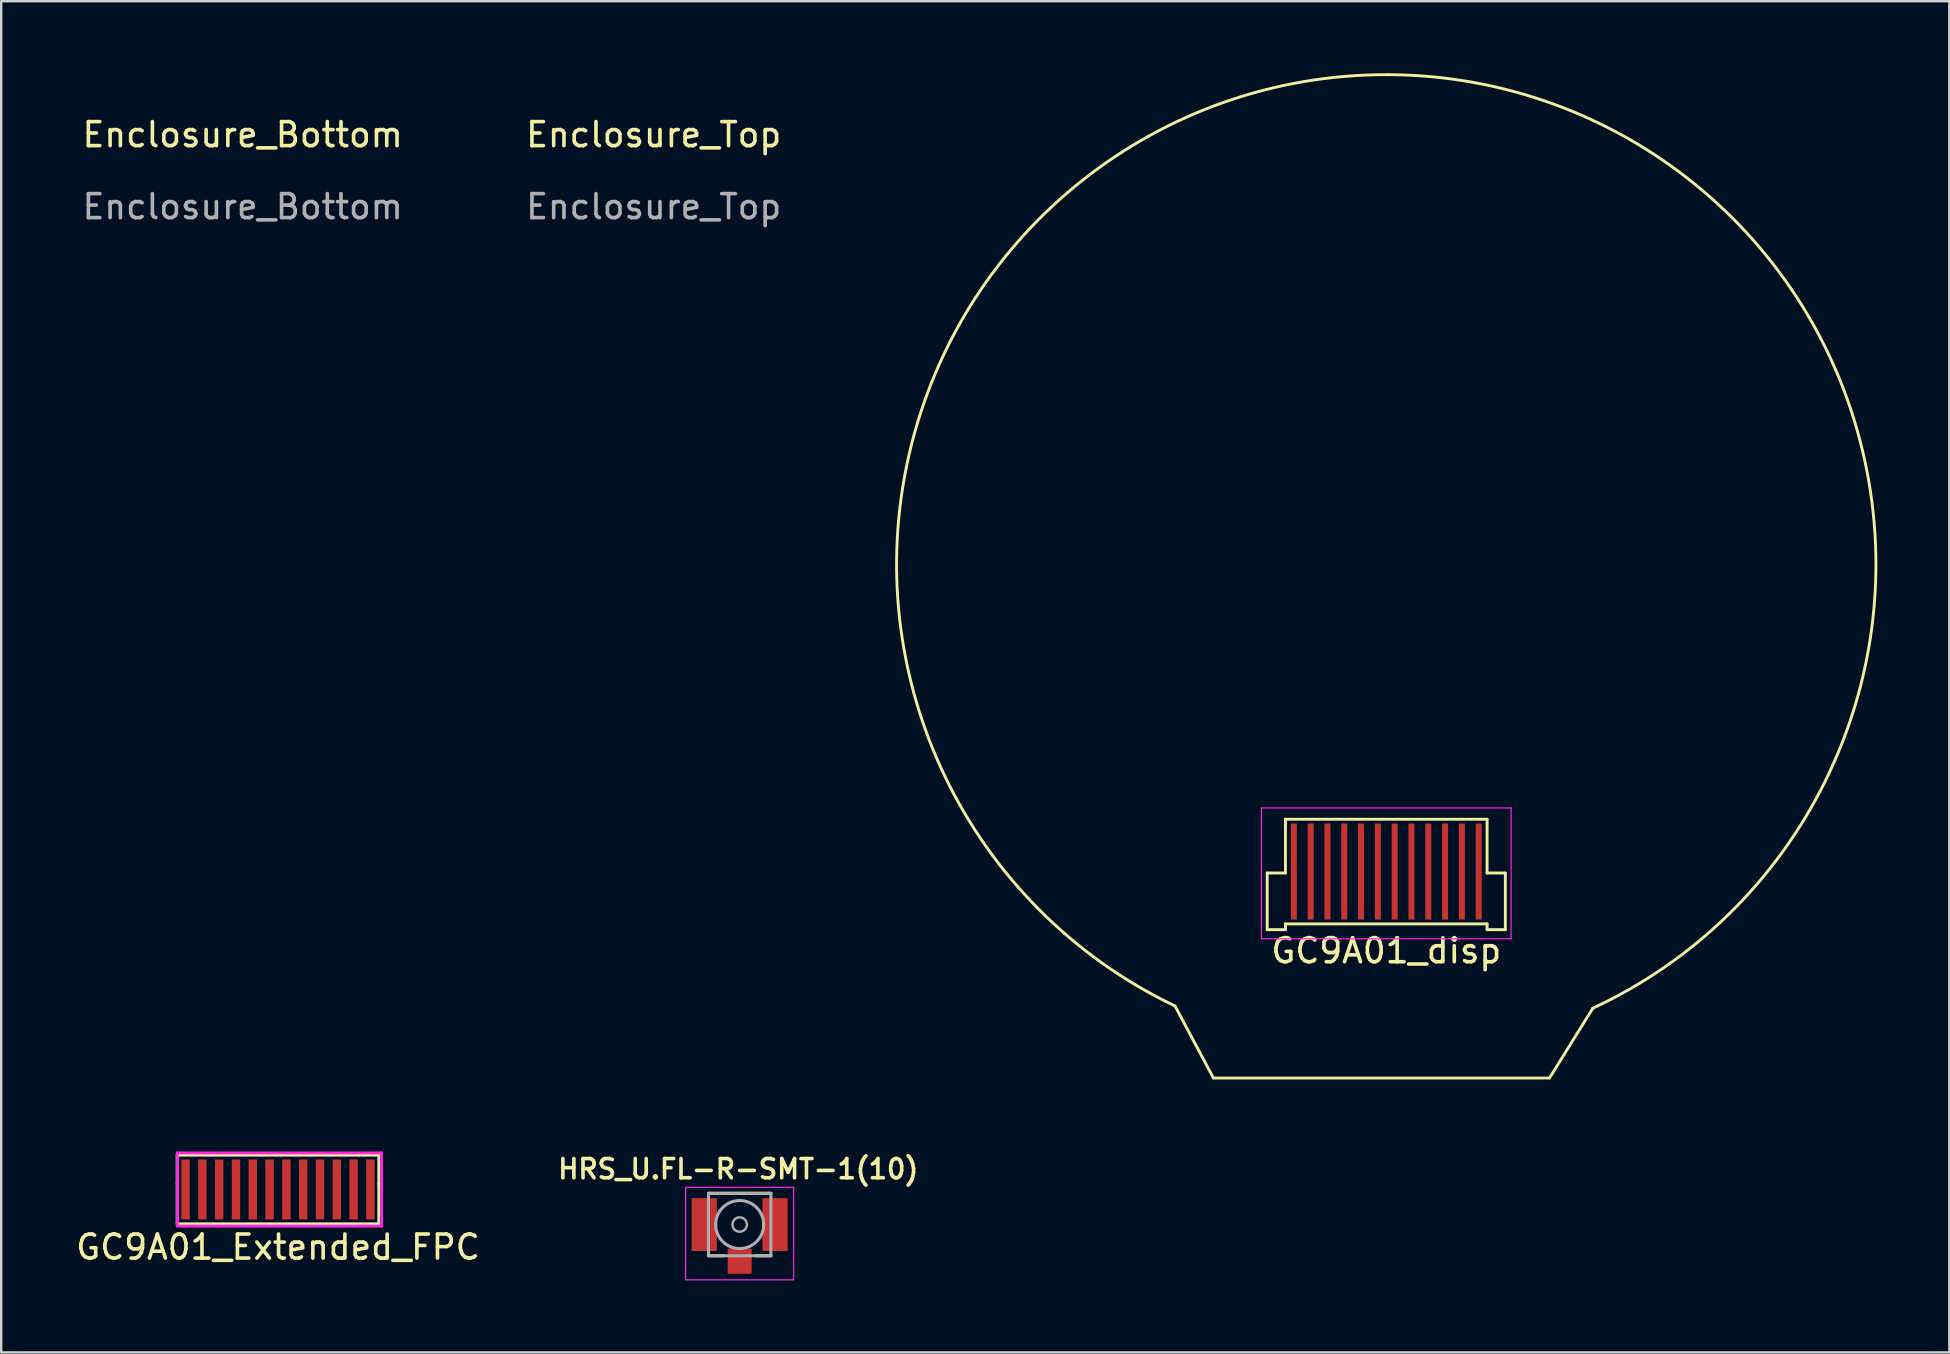
<source format=kicad_pcb>
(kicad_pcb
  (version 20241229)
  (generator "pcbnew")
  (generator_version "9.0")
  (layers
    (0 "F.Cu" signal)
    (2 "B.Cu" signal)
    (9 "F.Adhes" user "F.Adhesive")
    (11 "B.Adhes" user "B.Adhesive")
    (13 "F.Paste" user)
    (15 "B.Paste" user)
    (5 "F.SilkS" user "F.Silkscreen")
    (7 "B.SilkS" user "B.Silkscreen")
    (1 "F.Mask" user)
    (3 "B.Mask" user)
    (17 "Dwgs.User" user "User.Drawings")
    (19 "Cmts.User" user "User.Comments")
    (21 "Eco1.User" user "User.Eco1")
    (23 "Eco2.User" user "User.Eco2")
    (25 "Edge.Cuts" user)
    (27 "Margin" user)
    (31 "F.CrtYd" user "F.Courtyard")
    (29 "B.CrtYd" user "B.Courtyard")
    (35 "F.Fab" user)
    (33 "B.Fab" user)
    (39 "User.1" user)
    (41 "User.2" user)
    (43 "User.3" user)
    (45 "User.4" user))
  (footprint "Enclosure_Top"
    (layer "F.Cu")
    (at 24.18 3.06)
    (property "Reference" "Enclosure_Top" (at 0 -0.5 0) (unlocked yes) (layer "F.SilkS") (effects (font (size 1 1) (thickness 0.15))))
    (fp_rect (start -7 -3) (end 7 5) (stroke (width 0.12) (type solid)) (fill no) (layer "User.1"))
    (fp_text user "${REFERENCE}" (at 0 2.5 0) (unlocked yes) (layer "F.Fab") (effects (font (size 1 1) (thickness 0.15)))))
  (footprint "GC9A01_Extended_FPC"
    (layer "F.Cu")
    (at 8.53 46.5)
    (property "Reference" "GC9A01_Extended_FPC" (at 0 2.4 0) (layer "F.SilkS") (effects (font (size 1 1) (thickness 0.15))))
    (attr smd)
    (fp_line (start -4.2 -1.43) (end 4.2 -1.43) (stroke (width 0.12) (type solid)) (layer "F.SilkS"))
    (fp_line (start -4.2 -0.24) (end -4.2 -1.43) (stroke (width 0.12) (type solid)) (layer "F.SilkS"))
    (fp_line (start -4.2 -0.24) (end -4.2 1.43) (stroke (width 0.12) (type solid)) (layer "F.SilkS"))
    (fp_line (start -4.2 1.43) (end 4.2 1.43) (stroke (width 0.12) (type solid)) (layer "F.SilkS"))
    (fp_line (start 4.2 -0.24) (end 4.2 -1.43) (stroke (width 0.12) (type solid)) (layer "F.SilkS"))
    (fp_line (start 4.2 -0.24) (end 4.2 1.43) (stroke (width 0.12) (type solid)) (layer "F.SilkS"))
    (fp_line (start -4.191 -1.524) (end -4.191 1.524) (stroke (width 0.12) (type solid)) (layer "F.CrtYd"))
    (fp_line (start -4.191 1.524) (end 4.318 1.524) (stroke (width 0.12) (type solid)) (layer "F.CrtYd"))
    (fp_line (start 4.318 -1.524) (end -4.191 -1.524) (stroke (width 0.12) (type solid)) (layer "F.CrtYd"))
    (fp_line (start 4.318 1.524) (end 4.318 -1.524) (stroke (width 0.12) (type solid)) (layer "F.CrtYd"))
    (pad "1" smd rect (at -3.85 0) (size 0.35 2.5) (layers "F.Cu" "F.Mask" "F.Paste"))
    (pad "2" smd rect (at -3.15 0) (size 0.35 2.5) (layers "F.Cu" "F.Mask" "F.Paste"))
    (pad "3" smd rect (at -2.45 0) (size 0.35 2.5) (layers "F.Cu" "F.Mask" "F.Paste"))
    (pad "4" smd rect (at -1.75 0) (size 0.35 2.5) (layers "F.Cu" "F.Mask" "F.Paste"))
    (pad "5" smd rect (at -1.05 0) (size 0.35 2.5) (layers "F.Cu" "F.Mask" "F.Paste"))
    (pad "6" smd rect (at -0.35 0) (size 0.35 2.5) (layers "F.Cu" "F.Mask" "F.Paste"))
    (pad "7" smd rect (at 0.35 0) (size 0.35 2.5) (layers "F.Cu" "F.Mask" "F.Paste"))
    (pad "8" smd rect (at 1.05 0) (size 0.35 2.5) (layers "F.Cu" "F.Mask" "F.Paste"))
    (pad "9" smd rect (at 1.75 0) (size 0.35 2.5) (layers "F.Cu" "F.Mask" "F.Paste"))
    (pad "10" smd rect (at 2.45 0) (size 0.35 2.5) (layers "F.Cu" "F.Mask" "F.Paste"))
    (pad "11" smd rect (at 3.15 0) (size 0.35 2.5) (layers "F.Cu" "F.Mask" "F.Paste"))
    (pad "12" smd rect (at 3.85 0) (size 0.35 2.5) (layers "F.Cu" "F.Mask" "F.Paste")))
  (footprint "HRS_U.FL-R-SMT-1(10)"
    (layer "F.Cu")
    (at 27.762 47.96)
    (property "Reference" "HRS_U.FL-R-SMT-1(10)" (at -0.06 -2.312 0) (layer "F.SilkS") (effects (font (size 0.801 0.801) (thickness 0.15))))
    (attr through_hole)
    (fp_line (start -1.3 -1.3) (end 1.3 -1.3) (stroke (width 0.127) (type solid)) (layer "F.SilkS"))
    (fp_line (start -1.3 1.3) (end -0.67 1.3) (stroke (width 0.127) (type solid)) (layer "F.SilkS"))
    (fp_line (start 1.3 1.3) (end 0.67 1.3) (stroke (width 0.127) (type solid)) (layer "F.SilkS"))
    (fp_line (start -2.25 -1.55) (end 2.25 -1.55) (stroke (width 0.05) (type solid)) (layer "F.CrtYd"))
    (fp_line (start -2.25 2.3) (end -2.25 -1.55) (stroke (width 0.05) (type solid)) (layer "F.CrtYd"))
    (fp_line (start 2.25 -1.55) (end 2.25 2.3) (stroke (width 0.05) (type solid)) (layer "F.CrtYd"))
    (fp_line (start 2.25 2.3) (end -2.25 2.3) (stroke (width 0.05) (type solid)) (layer "F.CrtYd"))
    (fp_line (start -1.3 -1.3) (end 1.3 -1.3) (stroke (width 0.127) (type solid)) (layer "F.Fab"))
    (fp_line (start -1.3 1.3) (end -1.3 -1.3) (stroke (width 0.127) (type solid)) (layer "F.Fab"))
    (fp_line (start 1.3 -1.3) (end 1.3 1.3) (stroke (width 0.127) (type solid)) (layer "F.Fab"))
    (fp_line (start 1.3 1.3) (end -1.3 1.3) (stroke (width 0.127) (type solid)) (layer "F.Fab"))
    (fp_circle (center 0 0) (end 0.3 0) (stroke (width 0.1) (type solid)) (fill no) (layer "F.Fab"))
    (fp_circle (center 0 0) (end 1 0) (stroke (width 0.127) (type solid)) (fill no) (layer "F.Fab"))
    (pad "1" smd rect (at -1.475 0) (size 1.05 2.2) (layers "F.Cu" "F.Mask" "F.Paste"))
    (pad "2" smd rect (at 0 1.525) (size 1 1.05) (layers "F.Cu" "F.Mask" "F.Paste"))
    (pad "3" smd rect (at 1.475 0) (size 1.05 2.2) (layers "F.Cu" "F.Mask" "F.Paste"))
    (zone (net_name "") (layer "F.Cu") (hatch full 0.508) (connect_pads) (min_thickness 0.01) (filled_areas_thickness no) (keepout (tracks not_allowed) (vias not_allowed) (pads not_allowed) (copperpour not_allowed) (footprints allowed)) (placement (enabled no)) (fill) (polygon (pts (xy 26.812 46.86) (xy 28.712 46.86) (xy 28.712 48.96) (xy 26.812 48.96)))))
  (footprint "GC9A01_disp"
    (layer "F.Cu")
    (at 54.696 20.306)
    (property "Reference" "GC9A01_disp" (at 0 16.25 180) (layer "F.SilkS") (effects (font (size 1 1) (thickness 0.15))))
    (fp_line (start -7.2 21.55) (end -8.8 18.55) (stroke (width 0.12) (type solid)) (layer "F.SilkS"))
    (fp_line (start -7.2 21.55) (end 6.8 21.55) (stroke (width 0.12) (type solid)) (layer "F.SilkS"))
    (fp_line (start -4.96 13.01) (end -4.2 13.01) (stroke (width 0.12) (type solid)) (layer "F.SilkS"))
    (fp_line (start -4.96 15.37) (end -4.96 13.01) (stroke (width 0.12) (type solid)) (layer "F.SilkS"))
    (fp_line (start -4.2 10.77) (end 4.2 10.77) (stroke (width 0.12) (type solid)) (layer "F.SilkS"))
    (fp_line (start -4.2 13.01) (end -4.2 10.77) (stroke (width 0.12) (type solid)) (layer "F.SilkS"))
    (fp_line (start -4.2 15.13) (end -4.2 15.37) (stroke (width 0.12) (type solid)) (layer "F.SilkS"))
    (fp_line (start -4.2 15.13) (end 4.2 15.13) (stroke (width 0.12) (type solid)) (layer "F.SilkS"))
    (fp_line (start -4.2 15.37) (end -4.96 15.37) (stroke (width 0.12) (type solid)) (layer "F.SilkS"))
    (fp_line (start 4.2 13.01) (end 4.2 10.77) (stroke (width 0.12) (type solid)) (layer "F.SilkS"))
    (fp_line (start 4.2 15.13) (end 4.2 15.37) (stroke (width 0.12) (type solid)) (layer "F.SilkS"))
    (fp_line (start 4.2 15.37) (end 4.96 15.37) (stroke (width 0.12) (type solid)) (layer "F.SilkS"))
    (fp_line (start 4.96 13.01) (end 4.2 13.01) (stroke (width 0.12) (type solid)) (layer "F.SilkS"))
    (fp_line (start 4.96 15.37) (end 4.96 13.01) (stroke (width 0.12) (type solid)) (layer "F.SilkS"))
    (fp_line (start 6.8 21.55) (end 8.6 18.65) (stroke (width 0.12) (type solid)) (layer "F.SilkS"))
    (fp_arc (start -8.8 18.55) (mid 0.11176 -20.245772) (end 8.59783 18.645332) (stroke (width 0.12) (type solid)) (layer "F.SilkS"))
    (fp_line (start -5.2 15.75) (end -5.2 10.3) (stroke (width 0.05) (type solid)) (layer "F.CrtYd"))
    (fp_line (start 5.2 10.3) (end -5.2 10.3) (stroke (width 0.05) (type solid)) (layer "F.CrtYd"))
    (fp_line (start 5.2 15.75) (end -5.2 15.75) (stroke (width 0.05) (type solid)) (layer "F.CrtYd"))
    (fp_line (start 5.2 15.75) (end 5.2 10.3) (stroke (width 0.05) (type solid)) (layer "F.CrtYd"))
    (pad "1" smd rect (at 3.85 12.95 180) (size 0.25 4) (layers "F.Cu" "F.Mask" "F.Paste"))
    (pad "2" smd rect (at 3.15 12.95 180) (size 0.25 4) (layers "F.Cu" "F.Mask" "F.Paste"))
    (pad "3" smd rect (at 2.45 12.95 180) (size 0.25 4) (layers "F.Cu" "F.Mask" "F.Paste"))
    (pad "4" smd rect (at 1.75 12.95 180) (size 0.25 4) (layers "F.Cu" "F.Mask" "F.Paste"))
    (pad "5" smd rect (at 1.05 12.95 180) (size 0.25 4) (layers "F.Cu" "F.Mask" "F.Paste"))
    (pad "6" smd rect (at 0.35 12.95 180) (size 0.25 4) (layers "F.Cu" "F.Mask" "F.Paste"))
    (pad "7" smd rect (at -0.35 12.95 180) (size 0.25 4) (layers "F.Cu" "F.Mask" "F.Paste"))
    (pad "8" smd rect (at -1.05 12.95 180) (size 0.25 4) (layers "F.Cu" "F.Mask" "F.Paste"))
    (pad "9" smd rect (at -1.75 12.95 180) (size 0.25 4) (layers "F.Cu" "F.Mask" "F.Paste"))
    (pad "10" smd rect (at -2.45 12.95 180) (size 0.25 4) (layers "F.Cu" "F.Mask" "F.Paste"))
    (pad "11" smd rect (at -3.15 12.95 180) (size 0.25 4) (layers "F.Cu" "F.Mask" "F.Paste"))
    (pad "12" smd rect (at -3.85 12.95 180) (size 0.25 4) (layers "F.Cu" "F.Mask" "F.Paste")))
  (footprint "Enclosure_Bottom"
    (layer "F.Cu")
    (at 7.06 3.06)
    (property "Reference" "Enclosure_Bottom" (at 0 -0.5 0) (unlocked yes) (layer "F.SilkS") (effects (font (size 1 1) (thickness 0.15))))
    (fp_rect (start -7 -3) (end 7 5) (stroke (width 0.12) (type solid)) (fill no) (layer "User.1"))
    (fp_text user "${REFERENCE}" (at 0 2.5 0) (unlocked yes) (layer "F.Fab") (effects (font (size 1 1) (thickness 0.15)))))
  (gr_rect
    (start -3 -3)
    (end 78.152 53.285)
    (stroke (width 0.1) (type default))
    (fill no)
    (layer "Edge.Cuts")))
</source>
